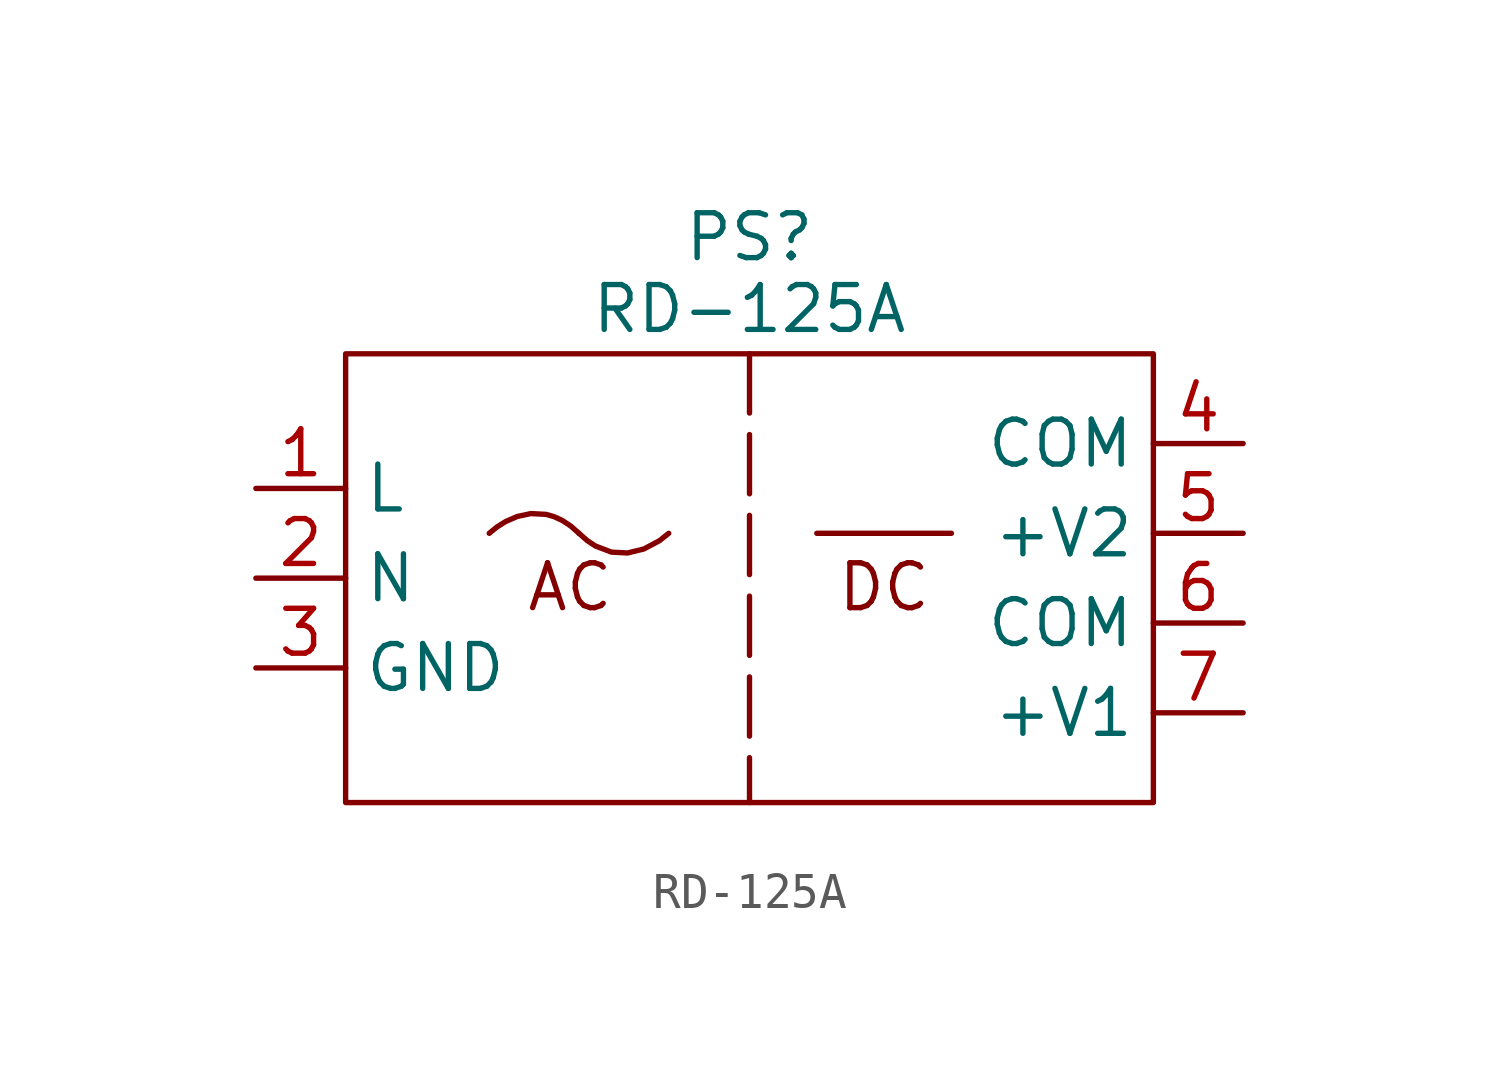
<source format=kicad_sym>
(kicad_symbol_lib
  (version 20241209)
  (generator "kicad_symbol_editor")
  (generator_version "9.0")
  (symbol "RD-125A"
    (property "Reference" "PS"
      (at 0 9.652 0)
      (effects (font (size 1.27 1.27))))
    (property "Value" "RD-125A"
      (at 0 7.62 0)
      (effects (font (size 1.27 1.27))))
    (symbol "RD-125A_1_1"
      (rectangle (start -11.43 6.35) (end 11.43 -6.35) (stroke (width 0) (type default)) (fill (type none)))
      (bezier (pts (xy -7.366 1.27) (xy -7.366 1.27) (xy -6.096 2.54) (xy -4.826 1.27)) (stroke (width 0) (type default)) (fill (type none)))
      (bezier (pts (xy -4.826 1.27) (xy -3.556 0) (xy -2.286 1.27) (xy -2.286 1.27)) (stroke (width 0) (type default)) (fill (type none)))
      (polyline (pts (xy 0 6.35) (xy 0 -6.35)) (stroke (width 0) (type dash)) (fill (type none)))
      (polyline (pts (xy 1.905 1.27) (xy 5.715 1.27)) (stroke (width 0) (type default)) (fill (type none)))
      (text "AC" (at -5.08 -0.254 0) (effects (font (size 1.27 1.27))))
      (text "DC" (at 3.81 -0.254 0) (effects (font (size 1.27 1.27))))
      (pin power_in line (at -13.97 2.54 0) (length 2.54) (name "L" (effects (font (size 1.27 1.27)))) (number "1" (effects (font (size 1.27 1.27)))))
      (pin power_in line (at -13.97 0 0) (length 2.54) (name "N" (effects (font (size 1.27 1.27)))) (number "2" (effects (font (size 1.27 1.27)))))
      (pin power_out line (at -13.97 -2.54 0) (length 2.54) (name "GND" (effects (font (size 1.27 1.27)))) (number "3" (effects (font (size 1.27 1.27)))))
      (pin power_in line (at 13.97 3.81 180) (length 2.54) (name "COM" (effects (font (size 1.27 1.27)))) (number "4" (effects (font (size 1.27 1.27)))))
      (pin power_out line (at 13.97 1.27 180) (length 2.54) (name "+V2" (effects (font (size 1.27 1.27)))) (number "5" (effects (font (size 1.27 1.27)))))
      (pin power_in line (at 13.97 -1.27 180) (length 2.54) (name "COM" (effects (font (size 1.27 1.27)))) (number "6" (effects (font (size 1.27 1.27)))))
      (pin power_in line (at 13.97 -3.81 180) (length 2.54) (name "+V1" (effects (font (size 1.27 1.27)))) (number "7" (effects (font (size 1.27 1.27))))))))
</source>
